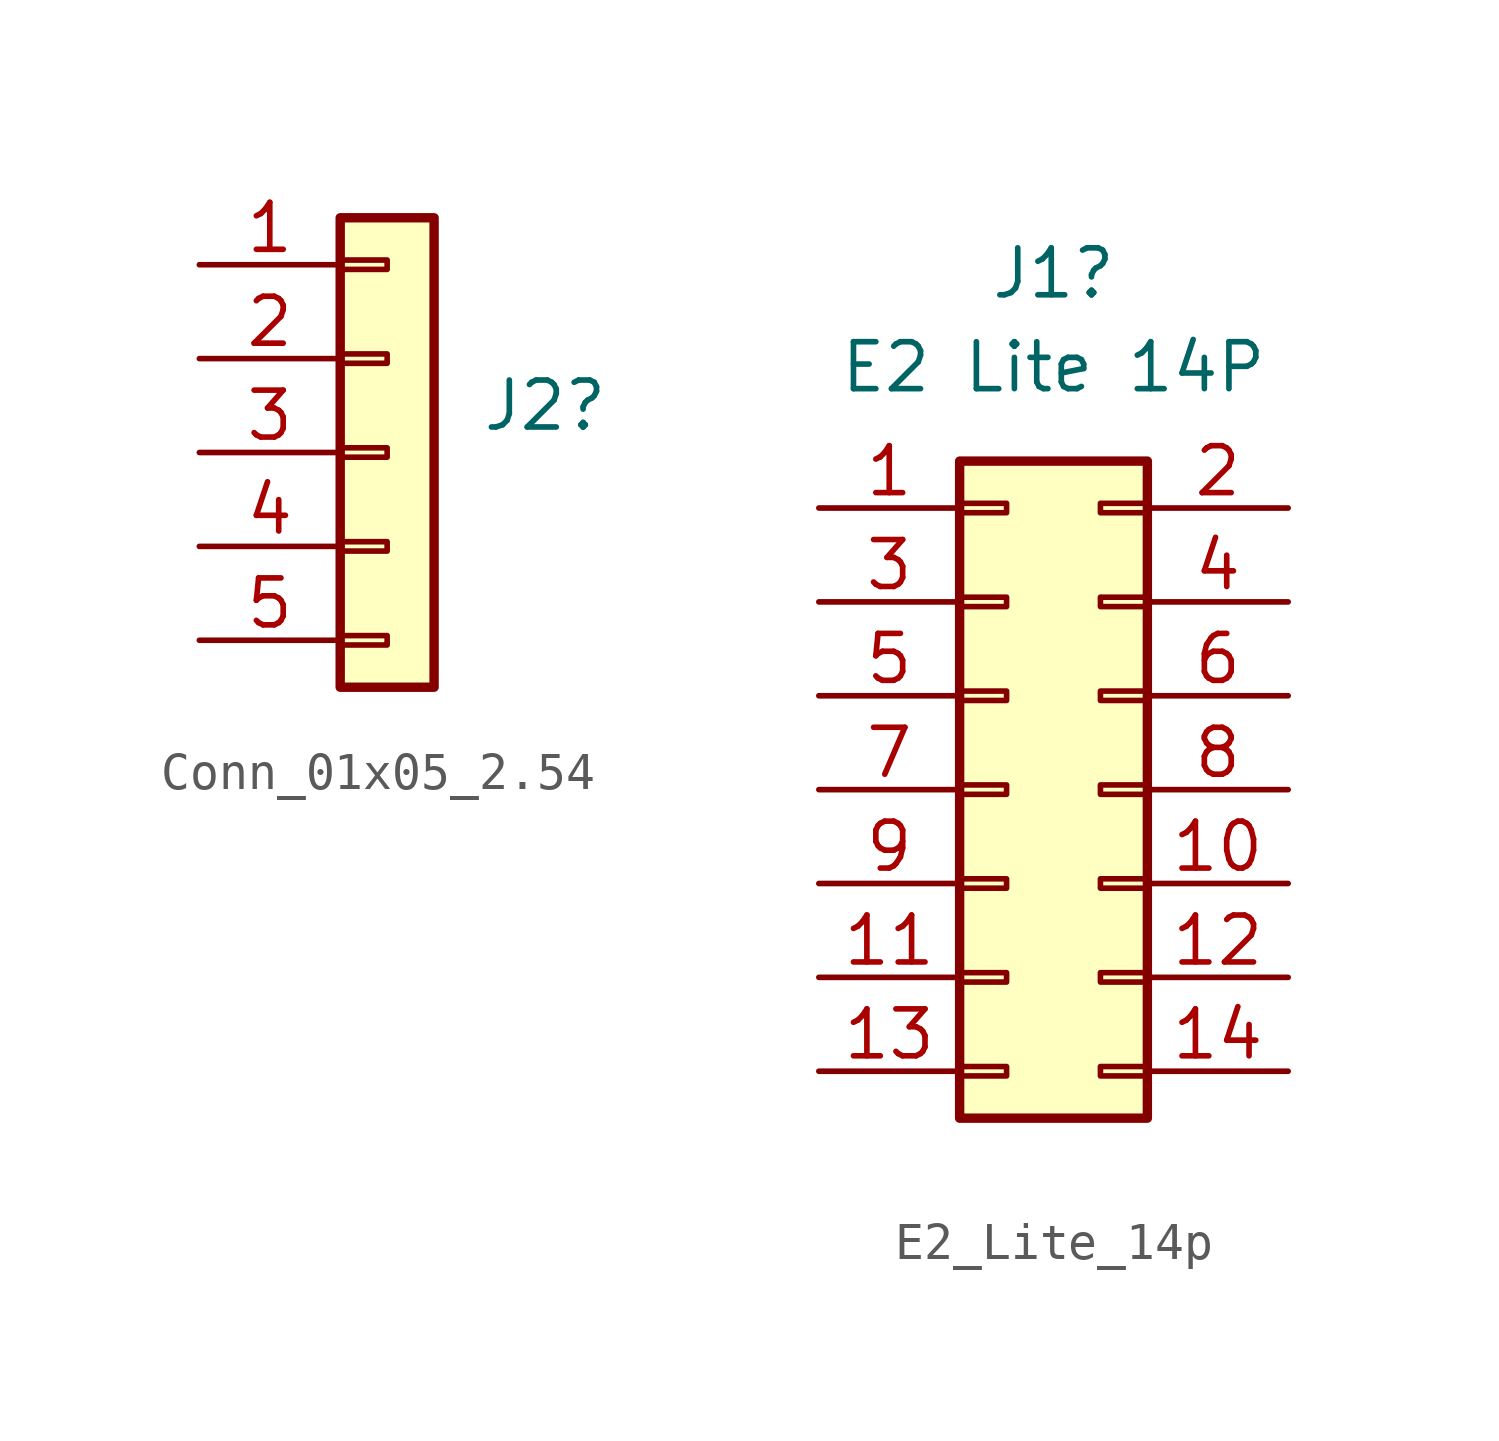
<source format=kicad_sym>
(kicad_symbol_lib
  (version 20220914)
  (generator kicad_symbol_editor)
  (symbol "Conn_01x05_2.54"
    (pin_names
      (offset 1.016) hide)
    (property "Reference" "J2"
      (at 2.54 1.27 0)
      (effects (font (size 1.27 1.27)) (justify left)))
    (symbol "Conn_01x05_2.54_1_1"
      (rectangle (start -1.27 -4.953) (end 0 -5.207) (stroke (width 0.152) (type default)) (fill (type none)))
      (rectangle (start -1.27 -2.413) (end 0 -2.667) (stroke (width 0.152) (type default)) (fill (type none)))
      (rectangle (start -1.27 0.127) (end 0 -0.127) (stroke (width 0.152) (type default)) (fill (type none)))
      (rectangle (start -1.27 2.667) (end 0 2.413) (stroke (width 0.152) (type default)) (fill (type none)))
      (rectangle (start -1.27 5.207) (end 0 4.953) (stroke (width 0.152) (type default)) (fill (type none)))
      (rectangle (start -1.27 6.35) (end 1.27 -6.35) (stroke (width 0.254) (type default)) (fill (type background)))
      (pin passive line (at -5.08 5.08 0) (length 3.81) (name "Pin_1" (effects (font (size 1.27 1.27)))) (number "1" (effects (font (size 1.27 1.27)))))
      (pin passive line (at -5.08 2.54 0) (length 3.81) (name "Pin_2" (effects (font (size 1.27 1.27)))) (number "2" (effects (font (size 1.27 1.27)))))
      (pin passive line (at -5.08 0 0) (length 3.81) (name "Pin_3" (effects (font (size 1.27 1.27)))) (number "3" (effects (font (size 1.27 1.27)))))
      (pin passive line (at -5.08 -2.54 0) (length 3.81) (name "Pin_4" (effects (font (size 1.27 1.27)))) (number "4" (effects (font (size 1.27 1.27)))))
      (pin passive line (at -5.08 -5.08 0) (length 3.81) (name "Pin_5" (effects (font (size 1.27 1.27)))) (number "5" (effects (font (size 1.27 1.27)))))))
  (symbol "E2_Lite_14p"
    (pin_names
      (offset 1.016) hide)
    (property "Reference" "J1"
      (at 1.27 13.97 0)
      (effects (font (size 1.27 1.27))))
    (property "Value" "E2 Lite 14P"
      (at 1.27 11.43 0)
      (effects (font (size 1.27 1.27))))
    (symbol "E2_Lite_14p_1_1"
      (rectangle (start -1.27 -7.493) (end 0 -7.747) (stroke (width 0.152) (type default)) (fill (type none)))
      (rectangle (start -1.27 -4.953) (end 0 -5.207) (stroke (width 0.152) (type default)) (fill (type none)))
      (rectangle (start -1.27 -2.413) (end 0 -2.667) (stroke (width 0.152) (type default)) (fill (type none)))
      (rectangle (start -1.27 0.127) (end 0 -0.127) (stroke (width 0.152) (type default)) (fill (type none)))
      (rectangle (start -1.27 2.667) (end 0 2.413) (stroke (width 0.152) (type default)) (fill (type none)))
      (rectangle (start -1.27 5.207) (end 0 4.953) (stroke (width 0.152) (type default)) (fill (type none)))
      (rectangle (start -1.27 7.747) (end 0 7.493) (stroke (width 0.152) (type default)) (fill (type none)))
      (rectangle (start -1.27 8.89) (end 3.81 -8.89) (stroke (width 0.254) (type default)) (fill (type background)))
      (rectangle (start 3.81 -7.493) (end 2.54 -7.747) (stroke (width 0.152) (type default)) (fill (type none)))
      (rectangle (start 3.81 -4.953) (end 2.54 -5.207) (stroke (width 0.152) (type default)) (fill (type none)))
      (rectangle (start 3.81 -2.413) (end 2.54 -2.667) (stroke (width 0.152) (type default)) (fill (type none)))
      (rectangle (start 3.81 0.127) (end 2.54 -0.127) (stroke (width 0.152) (type default)) (fill (type none)))
      (rectangle (start 3.81 2.667) (end 2.54 2.413) (stroke (width 0.152) (type default)) (fill (type none)))
      (rectangle (start 3.81 5.207) (end 2.54 4.953) (stroke (width 0.152) (type default)) (fill (type none)))
      (rectangle (start 3.81 7.747) (end 2.54 7.493) (stroke (width 0.152) (type default)) (fill (type none)))
      (pin passive line (at -5.08 7.62 0) (length 3.81) (name "Pin_1" (effects (font (size 1.27 1.27)))) (number "1" (effects (font (size 1.27 1.27)))))
      (pin passive line (at 7.62 -2.54 180) (length 3.81) (name "Pin_10" (effects (font (size 1.27 1.27)))) (number "10" (effects (font (size 1.27 1.27)))))
      (pin passive line (at -5.08 -5.08 0) (length 3.81) (name "Pin_11" (effects (font (size 1.27 1.27)))) (number "11" (effects (font (size 1.27 1.27)))))
      (pin passive line (at 7.62 -5.08 180) (length 3.81) (name "Pin_12" (effects (font (size 1.27 1.27)))) (number "12" (effects (font (size 1.27 1.27)))))
      (pin passive line (at -5.08 -7.62 0) (length 3.81) (name "Pin_13" (effects (font (size 1.27 1.27)))) (number "13" (effects (font (size 1.27 1.27)))))
      (pin passive line (at 7.62 -7.62 180) (length 3.81) (name "Pin_14" (effects (font (size 1.27 1.27)))) (number "14" (effects (font (size 1.27 1.27)))))
      (pin passive line (at 7.62 7.62 180) (length 3.81) (name "Pin_2" (effects (font (size 1.27 1.27)))) (number "2" (effects (font (size 1.27 1.27)))))
      (pin passive line (at -5.08 5.08 0) (length 3.81) (name "Pin_3" (effects (font (size 1.27 1.27)))) (number "3" (effects (font (size 1.27 1.27)))))
      (pin passive line (at 7.62 5.08 180) (length 3.81) (name "Pin_4" (effects (font (size 1.27 1.27)))) (number "4" (effects (font (size 1.27 1.27)))))
      (pin passive line (at -5.08 2.54 0) (length 3.81) (name "Pin_5" (effects (font (size 1.27 1.27)))) (number "5" (effects (font (size 1.27 1.27)))))
      (pin passive line (at 7.62 2.54 180) (length 3.81) (name "Pin_6" (effects (font (size 1.27 1.27)))) (number "6" (effects (font (size 1.27 1.27)))))
      (pin passive line (at -5.08 0 0) (length 3.81) (name "Pin_7" (effects (font (size 1.27 1.27)))) (number "7" (effects (font (size 1.27 1.27)))))
      (pin passive line (at 7.62 0 180) (length 3.81) (name "Pin_8" (effects (font (size 1.27 1.27)))) (number "8" (effects (font (size 1.27 1.27)))))
      (pin passive line (at -5.08 -2.54 0) (length 3.81) (name "Pin_9" (effects (font (size 1.27 1.27)))) (number "9" (effects (font (size 1.27 1.27))))))))
</source>
